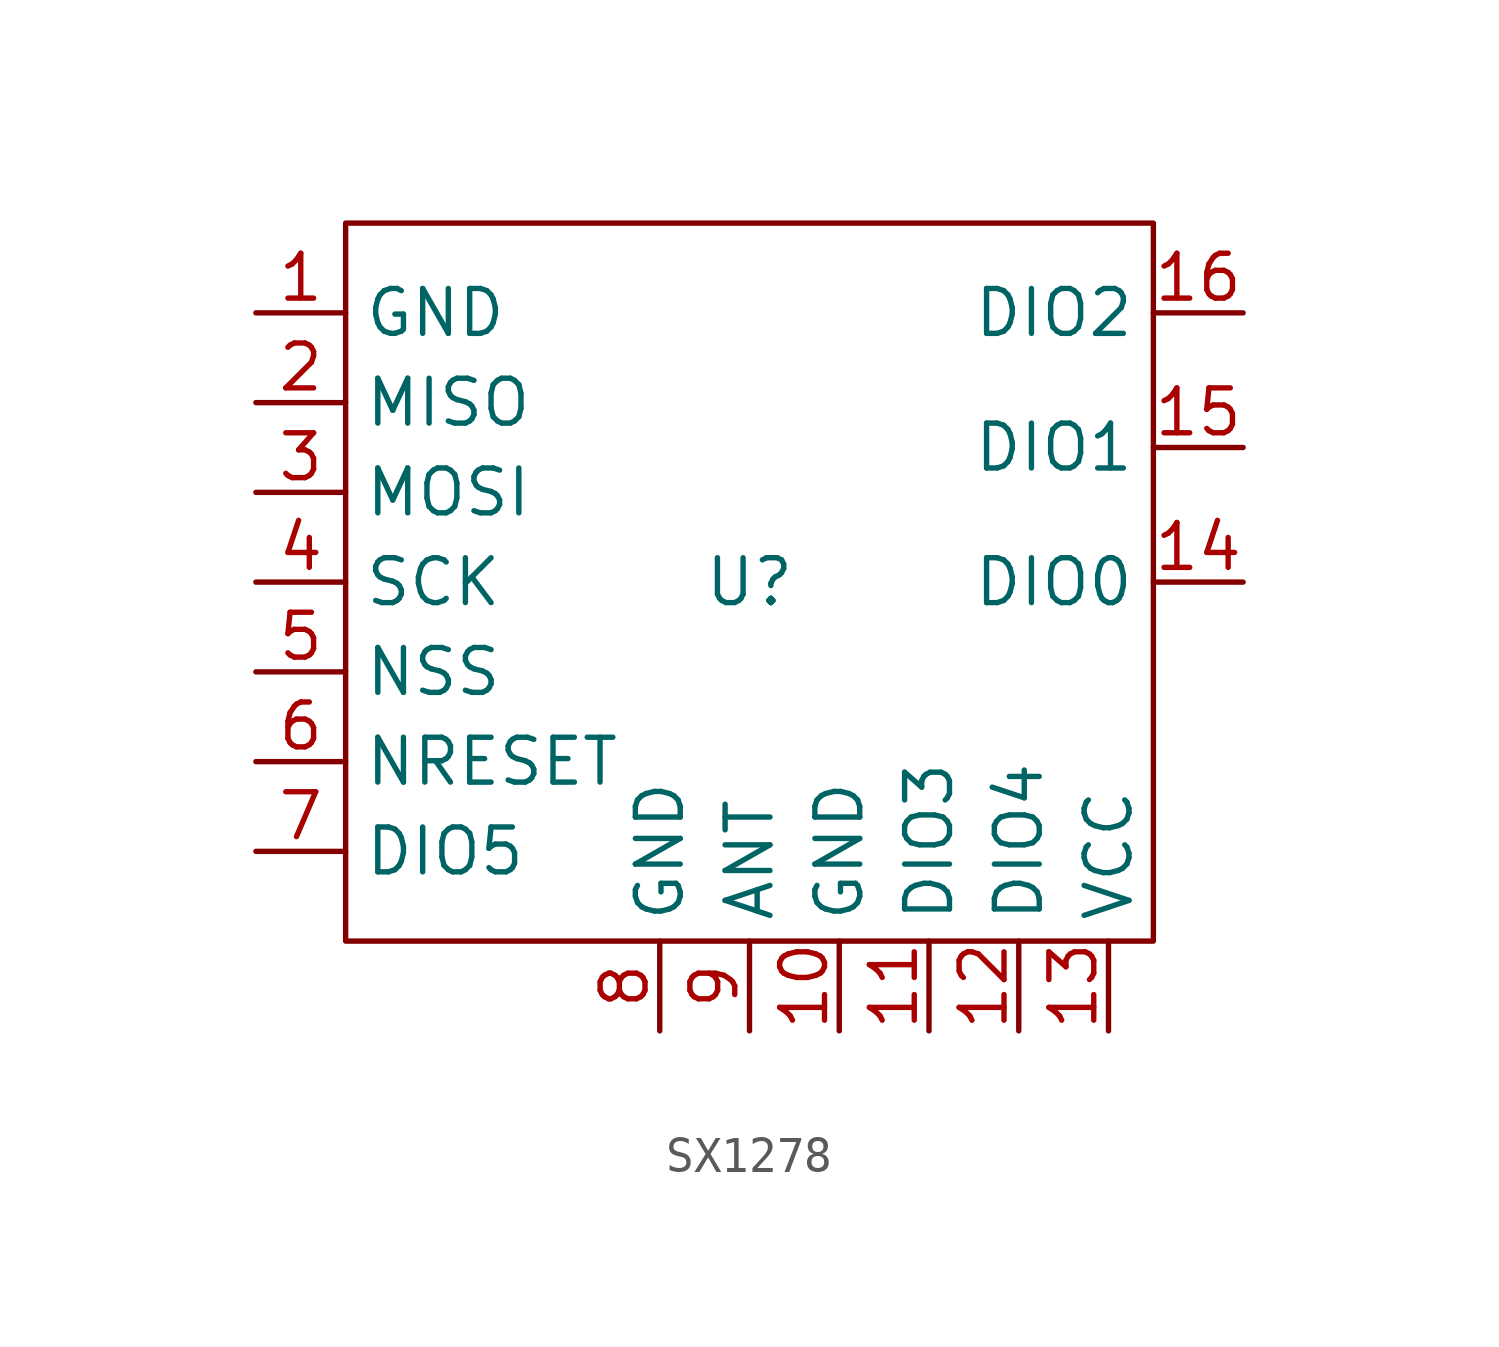
<source format=kicad_sym>
(kicad_symbol_lib
  (version 20220914)
  (generator kicad_symbol_editor)
  (symbol "SX1278"
    (property "Reference" "U"
      (at 0 0 0)
      (effects (font (size 1.27 1.27))))
    (property "Value" ""
      (at 0 0 0)
      (effects (font (size 1.27 1.27))))
    (symbol "SX1278_0_1"
      (rectangle (start -11.43 10.16) (end 11.43 -10.16) (stroke (width 0) (type default)) (fill (type none))))
    (symbol "SX1278_1_1"
      (pin power_in line (at -13.97 7.62 0) (length 2.54) (name "GND" (effects (font (size 1.27 1.27)))) (number "1" (effects (font (size 1.27 1.27)))))
      (pin input line (at 2.54 -12.7 90) (length 2.54) (name "GND" (effects (font (size 1.27 1.27)))) (number "10" (effects (font (size 1.27 1.27)))))
      (pin input line (at 5.08 -12.7 90) (length 2.54) (name "DIO3" (effects (font (size 1.27 1.27)))) (number "11" (effects (font (size 1.27 1.27)))))
      (pin input line (at 7.62 -12.7 90) (length 2.54) (name "DIO4" (effects (font (size 1.27 1.27)))) (number "12" (effects (font (size 1.27 1.27)))))
      (pin power_in line (at 10.16 -12.7 90) (length 2.54) (name "VCC" (effects (font (size 1.27 1.27)))) (number "13" (effects (font (size 1.27 1.27)))))
      (pin bidirectional line (at 13.97 0 180) (length 2.54) (name "DIO0" (effects (font (size 1.27 1.27)))) (number "14" (effects (font (size 1.27 1.27)))))
      (pin bidirectional line (at 13.97 3.81 180) (length 2.54) (name "DIO1" (effects (font (size 1.27 1.27)))) (number "15" (effects (font (size 1.27 1.27)))))
      (pin bidirectional line (at 13.97 7.62 180) (length 2.54) (name "DIO2" (effects (font (size 1.27 1.27)))) (number "16" (effects (font (size 1.27 1.27)))))
      (pin output line (at -13.97 5.08 0) (length 2.54) (name "MISO" (effects (font (size 1.27 1.27)))) (number "2" (effects (font (size 1.27 1.27)))))
      (pin input line (at -13.97 2.54 0) (length 2.54) (name "MOSI" (effects (font (size 1.27 1.27)))) (number "3" (effects (font (size 1.27 1.27)))))
      (pin input line (at -13.97 0 0) (length 2.54) (name "SCK" (effects (font (size 1.27 1.27)))) (number "4" (effects (font (size 1.27 1.27)))))
      (pin input line (at -13.97 -2.54 0) (length 2.54) (name "NSS" (effects (font (size 1.27 1.27)))) (number "5" (effects (font (size 1.27 1.27)))))
      (pin input line (at -13.97 -5.08 0) (length 2.54) (name "NRESET" (effects (font (size 1.27 1.27)))) (number "6" (effects (font (size 1.27 1.27)))))
      (pin input line (at -13.97 -7.62 0) (length 2.54) (name "DIO5" (effects (font (size 1.27 1.27)))) (number "7" (effects (font (size 1.27 1.27)))))
      (pin input line (at -2.54 -12.7 90) (length 2.54) (name "GND" (effects (font (size 1.27 1.27)))) (number "8" (effects (font (size 1.27 1.27)))))
      (pin output line (at 0 -12.7 90) (length 2.54) (name "ANT" (effects (font (size 1.27 1.27)))) (number "9" (effects (font (size 1.27 1.27))))))))
</source>
